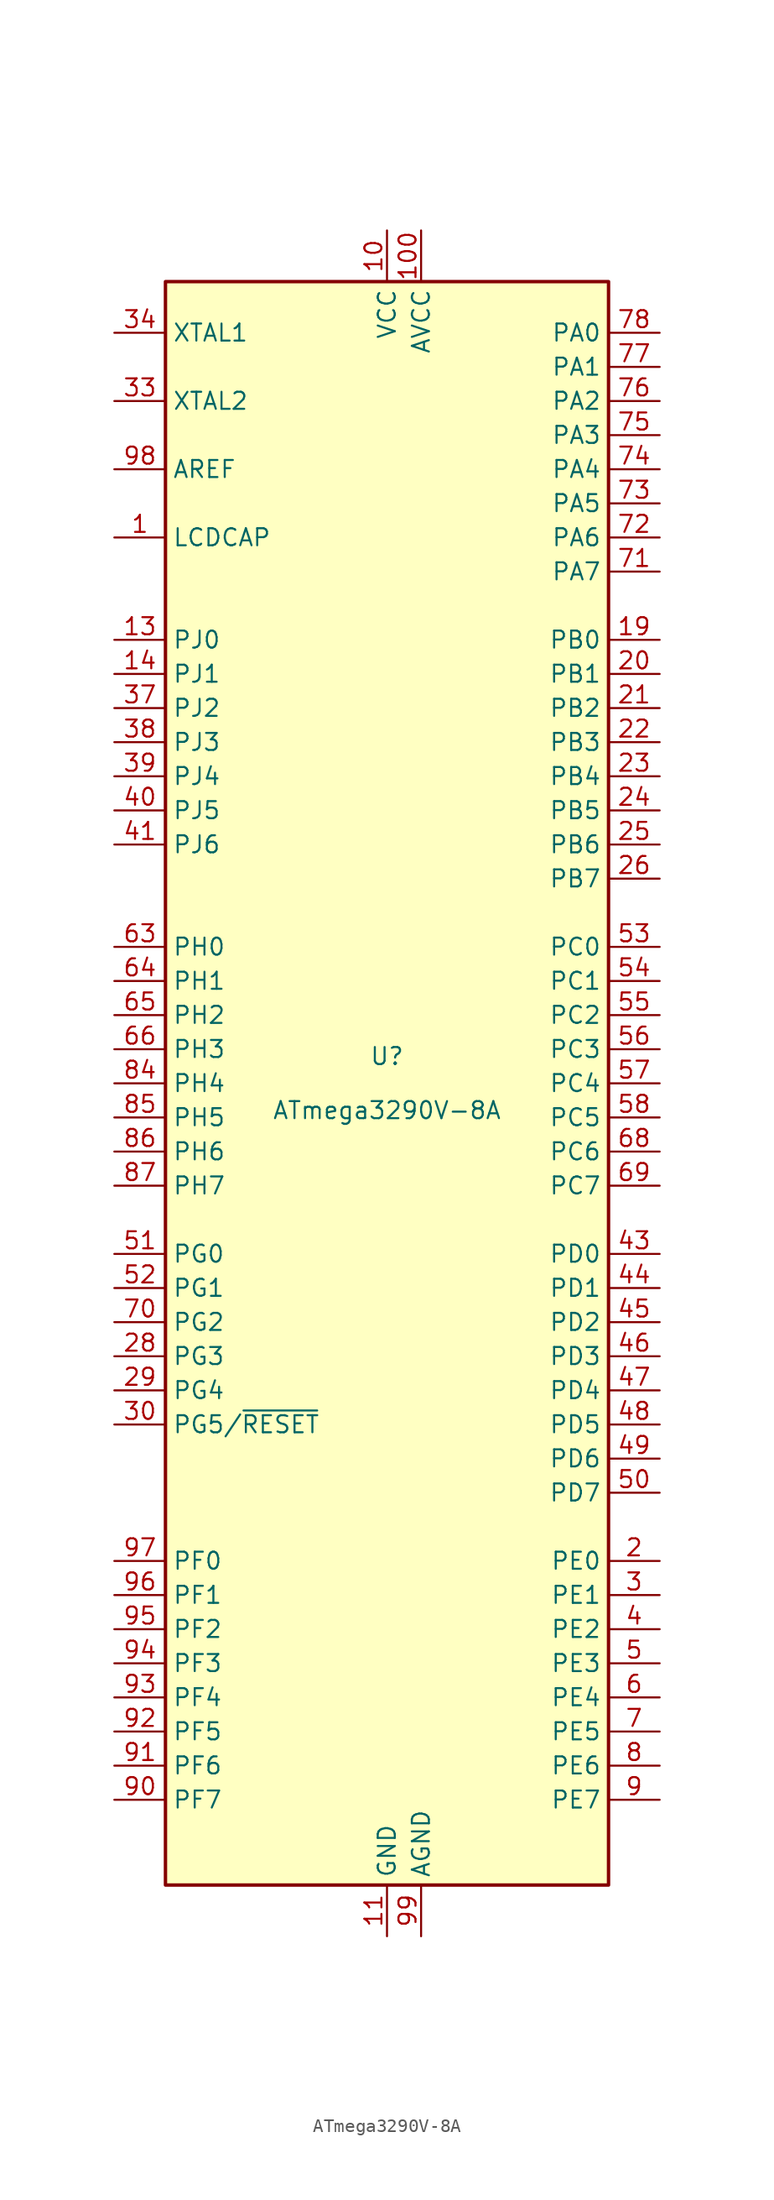
<source format=kicad_sym>
(kicad_symbol_lib
  (version 20200908)
  (generator kicad_symbol_editor)
  (symbol "MCU_Microchip_ATmega:ATmega3290V-8A"
    (property "Reference" "U"
      (at 0 1.27 0)
      (effects (font (size 1.27 1.27)) (justify bottom)))
    (property "Value" "ATmega3290V-8A"
      (at 0 -1.27 0)
      (effects (font (size 1.27 1.27)) (justify top)))
    (symbol "ATmega3290V-8A_0_1"
      (rectangle (start -16.51 -59.69) (end 16.51 59.69) (stroke (width 0.254)) (fill (type background))))
    (symbol "ATmega3290V-8A_1_1"
      (pin passive line (at -20.32 40.64 0) (length 3.81) (name "LCDCAP" (effects (font (size 1.27 1.27)))) (number "1" (effects (font (size 1.27 1.27)))))
      (pin power_in line (at 0 63.5 270) (length 3.81) (name "VCC" (effects (font (size 1.27 1.27)))) (number "10" (effects (font (size 1.27 1.27)))))
      (pin power_in line (at 2.54 63.5 270) (length 3.81) (name "AVCC" (effects (font (size 1.27 1.27)))) (number "100" (effects (font (size 1.27 1.27)))))
      (pin power_in line (at 0 -63.5 90) (length 3.81) (name "GND" (effects (font (size 1.27 1.27)))) (number "11" (effects (font (size 1.27 1.27)))))
      (pin unconnected line (at -15.24 38.1 0) (length 2.54) hide (name "NC" (effects (font (size 1.27 1.27)))) (number "12" (effects (font (size 1.27 1.27)))))
      (pin bidirectional line (at -20.32 33.02 0) (length 3.81) (name "PJ0" (effects (font (size 1.27 1.27)))) (number "13" (effects (font (size 1.27 1.27)))))
      (pin bidirectional line (at -20.32 30.48 0) (length 3.81) (name "PJ1" (effects (font (size 1.27 1.27)))) (number "14" (effects (font (size 1.27 1.27)))))
      (pin unconnected line (at -15.24 35.56 0) (length 2.54) hide (name "NC" (effects (font (size 1.27 1.27)))) (number "15" (effects (font (size 1.27 1.27)))))
      (pin unconnected line (at -15.24 15.24 0) (length 2.54) hide (name "NC" (effects (font (size 1.27 1.27)))) (number "16" (effects (font (size 1.27 1.27)))))
      (pin unconnected line (at -15.24 12.7 0) (length 2.54) hide (name "NC" (effects (font (size 1.27 1.27)))) (number "17" (effects (font (size 1.27 1.27)))))
      (pin unconnected line (at -15.24 -10.16 0) (length 2.54) hide (name "NC" (effects (font (size 1.27 1.27)))) (number "18" (effects (font (size 1.27 1.27)))))
      (pin bidirectional line (at 20.32 33.02 180) (length 3.81) (name "PB0" (effects (font (size 1.27 1.27)))) (number "19" (effects (font (size 1.27 1.27)))))
      (pin bidirectional line (at 20.32 -35.56 180) (length 3.81) (name "PE0" (effects (font (size 1.27 1.27)))) (number "2" (effects (font (size 1.27 1.27)))))
      (pin bidirectional line (at 20.32 30.48 180) (length 3.81) (name "PB1" (effects (font (size 1.27 1.27)))) (number "20" (effects (font (size 1.27 1.27)))))
      (pin bidirectional line (at 20.32 27.94 180) (length 3.81) (name "PB2" (effects (font (size 1.27 1.27)))) (number "21" (effects (font (size 1.27 1.27)))))
      (pin bidirectional line (at 20.32 25.4 180) (length 3.81) (name "PB3" (effects (font (size 1.27 1.27)))) (number "22" (effects (font (size 1.27 1.27)))))
      (pin bidirectional line (at 20.32 22.86 180) (length 3.81) (name "PB4" (effects (font (size 1.27 1.27)))) (number "23" (effects (font (size 1.27 1.27)))))
      (pin bidirectional line (at 20.32 20.32 180) (length 3.81) (name "PB5" (effects (font (size 1.27 1.27)))) (number "24" (effects (font (size 1.27 1.27)))))
      (pin bidirectional line (at 20.32 17.78 180) (length 3.81) (name "PB6" (effects (font (size 1.27 1.27)))) (number "25" (effects (font (size 1.27 1.27)))))
      (pin bidirectional line (at 20.32 15.24 180) (length 3.81) (name "PB7" (effects (font (size 1.27 1.27)))) (number "26" (effects (font (size 1.27 1.27)))))
      (pin unconnected line (at -15.24 -27.94 0) (length 2.54) hide (name "NC" (effects (font (size 1.27 1.27)))) (number "27" (effects (font (size 1.27 1.27)))))
      (pin bidirectional line (at -20.32 -20.32 0) (length 3.81) (name "PG3" (effects (font (size 1.27 1.27)))) (number "28" (effects (font (size 1.27 1.27)))))
      (pin bidirectional line (at -20.32 -22.86 0) (length 3.81) (name "PG4" (effects (font (size 1.27 1.27)))) (number "29" (effects (font (size 1.27 1.27)))))
      (pin bidirectional line (at 20.32 -38.1 180) (length 3.81) (name "PE1" (effects (font (size 1.27 1.27)))) (number "3" (effects (font (size 1.27 1.27)))))
      (pin bidirectional line (at -20.32 -25.4 0) (length 3.81) (name "PG5/~RESET" (effects (font (size 1.27 1.27)))) (number "30" (effects (font (size 1.27 1.27)))))
      (pin passive line (at 0 63.5 270) (length 3.81) hide (name "VCC" (effects (font (size 1.27 1.27)))) (number "31" (effects (font (size 1.27 1.27)))))
      (pin passive line (at 0 -63.5 90) (length 3.81) hide (name "GND" (effects (font (size 1.27 1.27)))) (number "32" (effects (font (size 1.27 1.27)))))
      (pin output line (at -20.32 50.8 0) (length 3.81) (name "XTAL2" (effects (font (size 1.27 1.27)))) (number "33" (effects (font (size 1.27 1.27)))))
      (pin input line (at -20.32 55.88 0) (length 3.81) (name "XTAL1" (effects (font (size 1.27 1.27)))) (number "34" (effects (font (size 1.27 1.27)))))
      (pin unconnected line (at -15.24 -30.48 0) (length 2.54) hide (name "NC" (effects (font (size 1.27 1.27)))) (number "35" (effects (font (size 1.27 1.27)))))
      (pin unconnected line (at -15.24 -33.02 0) (length 2.54) hide (name "NC" (effects (font (size 1.27 1.27)))) (number "36" (effects (font (size 1.27 1.27)))))
      (pin bidirectional line (at -20.32 27.94 0) (length 3.81) (name "PJ2" (effects (font (size 1.27 1.27)))) (number "37" (effects (font (size 1.27 1.27)))))
      (pin bidirectional line (at -20.32 25.4 0) (length 3.81) (name "PJ3" (effects (font (size 1.27 1.27)))) (number "38" (effects (font (size 1.27 1.27)))))
      (pin bidirectional line (at -20.32 22.86 0) (length 3.81) (name "PJ4" (effects (font (size 1.27 1.27)))) (number "39" (effects (font (size 1.27 1.27)))))
      (pin bidirectional line (at 20.32 -40.64 180) (length 3.81) (name "PE2" (effects (font (size 1.27 1.27)))) (number "4" (effects (font (size 1.27 1.27)))))
      (pin bidirectional line (at -20.32 20.32 0) (length 3.81) (name "PJ5" (effects (font (size 1.27 1.27)))) (number "40" (effects (font (size 1.27 1.27)))))
      (pin bidirectional line (at -20.32 17.78 0) (length 3.81) (name "PJ6" (effects (font (size 1.27 1.27)))) (number "41" (effects (font (size 1.27 1.27)))))
      (pin unconnected line (at -15.24 -58.42 90) (length 2.54) hide (name "NC" (effects (font (size 1.27 1.27)))) (number "42" (effects (font (size 1.27 1.27)))))
      (pin bidirectional line (at 20.32 -12.7 180) (length 3.81) (name "PD0" (effects (font (size 1.27 1.27)))) (number "43" (effects (font (size 1.27 1.27)))))
      (pin bidirectional line (at 20.32 -15.24 180) (length 3.81) (name "PD1" (effects (font (size 1.27 1.27)))) (number "44" (effects (font (size 1.27 1.27)))))
      (pin bidirectional line (at 20.32 -17.78 180) (length 3.81) (name "PD2" (effects (font (size 1.27 1.27)))) (number "45" (effects (font (size 1.27 1.27)))))
      (pin bidirectional line (at 20.32 -20.32 180) (length 3.81) (name "PD3" (effects (font (size 1.27 1.27)))) (number "46" (effects (font (size 1.27 1.27)))))
      (pin bidirectional line (at 20.32 -22.86 180) (length 3.81) (name "PD4" (effects (font (size 1.27 1.27)))) (number "47" (effects (font (size 1.27 1.27)))))
      (pin bidirectional line (at 20.32 -25.4 180) (length 3.81) (name "PD5" (effects (font (size 1.27 1.27)))) (number "48" (effects (font (size 1.27 1.27)))))
      (pin bidirectional line (at 20.32 -27.94 180) (length 3.81) (name "PD6" (effects (font (size 1.27 1.27)))) (number "49" (effects (font (size 1.27 1.27)))))
      (pin bidirectional line (at 20.32 -43.18 180) (length 3.81) (name "PE3" (effects (font (size 1.27 1.27)))) (number "5" (effects (font (size 1.27 1.27)))))
      (pin bidirectional line (at 20.32 -30.48 180) (length 3.81) (name "PD7" (effects (font (size 1.27 1.27)))) (number "50" (effects (font (size 1.27 1.27)))))
      (pin bidirectional line (at -20.32 -12.7 0) (length 3.81) (name "PG0" (effects (font (size 1.27 1.27)))) (number "51" (effects (font (size 1.27 1.27)))))
      (pin bidirectional line (at -20.32 -15.24 0) (length 3.81) (name "PG1" (effects (font (size 1.27 1.27)))) (number "52" (effects (font (size 1.27 1.27)))))
      (pin bidirectional line (at 20.32 10.16 180) (length 3.81) (name "PC0" (effects (font (size 1.27 1.27)))) (number "53" (effects (font (size 1.27 1.27)))))
      (pin bidirectional line (at 20.32 7.62 180) (length 3.81) (name "PC1" (effects (font (size 1.27 1.27)))) (number "54" (effects (font (size 1.27 1.27)))))
      (pin bidirectional line (at 20.32 5.08 180) (length 3.81) (name "PC2" (effects (font (size 1.27 1.27)))) (number "55" (effects (font (size 1.27 1.27)))))
      (pin bidirectional line (at 20.32 2.54 180) (length 3.81) (name "PC3" (effects (font (size 1.27 1.27)))) (number "56" (effects (font (size 1.27 1.27)))))
      (pin bidirectional line (at 20.32 0 180) (length 3.81) (name "PC4" (effects (font (size 1.27 1.27)))) (number "57" (effects (font (size 1.27 1.27)))))
      (pin bidirectional line (at 20.32 -2.54 180) (length 3.81) (name "PC5" (effects (font (size 1.27 1.27)))) (number "58" (effects (font (size 1.27 1.27)))))
      (pin unconnected line (at -12.7 -58.42 90) (length 2.54) hide (name "NC" (effects (font (size 1.27 1.27)))) (number "59" (effects (font (size 1.27 1.27)))))
      (pin bidirectional line (at 20.32 -45.72 180) (length 3.81) (name "PE4" (effects (font (size 1.27 1.27)))) (number "6" (effects (font (size 1.27 1.27)))))
      (pin unconnected line (at -10.16 -58.42 90) (length 2.54) hide (name "NC" (effects (font (size 1.27 1.27)))) (number "60" (effects (font (size 1.27 1.27)))))
      (pin unconnected line (at -7.62 -58.42 90) (length 2.54) hide (name "NC" (effects (font (size 1.27 1.27)))) (number "61" (effects (font (size 1.27 1.27)))))
      (pin unconnected line (at -5.08 -58.42 90) (length 2.54) hide (name "NC" (effects (font (size 1.27 1.27)))) (number "62" (effects (font (size 1.27 1.27)))))
      (pin bidirectional line (at -20.32 10.16 0) (length 3.81) (name "PH0" (effects (font (size 1.27 1.27)))) (number "63" (effects (font (size 1.27 1.27)))))
      (pin bidirectional line (at -20.32 7.62 0) (length 3.81) (name "PH1" (effects (font (size 1.27 1.27)))) (number "64" (effects (font (size 1.27 1.27)))))
      (pin bidirectional line (at -20.32 5.08 0) (length 3.81) (name "PH2" (effects (font (size 1.27 1.27)))) (number "65" (effects (font (size 1.27 1.27)))))
      (pin bidirectional line (at -20.32 2.54 0) (length 3.81) (name "PH3" (effects (font (size 1.27 1.27)))) (number "66" (effects (font (size 1.27 1.27)))))
      (pin unconnected line (at -2.54 -58.42 90) (length 2.54) hide (name "NC" (effects (font (size 1.27 1.27)))) (number "67" (effects (font (size 1.27 1.27)))))
      (pin bidirectional line (at 20.32 -5.08 180) (length 3.81) (name "PC6" (effects (font (size 1.27 1.27)))) (number "68" (effects (font (size 1.27 1.27)))))
      (pin bidirectional line (at 20.32 -7.62 180) (length 3.81) (name "PC7" (effects (font (size 1.27 1.27)))) (number "69" (effects (font (size 1.27 1.27)))))
      (pin bidirectional line (at 20.32 -48.26 180) (length 3.81) (name "PE5" (effects (font (size 1.27 1.27)))) (number "7" (effects (font (size 1.27 1.27)))))
      (pin bidirectional line (at -20.32 -17.78 0) (length 3.81) (name "PG2" (effects (font (size 1.27 1.27)))) (number "70" (effects (font (size 1.27 1.27)))))
      (pin bidirectional line (at 20.32 38.1 180) (length 3.81) (name "PA7" (effects (font (size 1.27 1.27)))) (number "71" (effects (font (size 1.27 1.27)))))
      (pin bidirectional line (at 20.32 40.64 180) (length 3.81) (name "PA6" (effects (font (size 1.27 1.27)))) (number "72" (effects (font (size 1.27 1.27)))))
      (pin bidirectional line (at 20.32 43.18 180) (length 3.81) (name "PA5" (effects (font (size 1.27 1.27)))) (number "73" (effects (font (size 1.27 1.27)))))
      (pin bidirectional line (at 20.32 45.72 180) (length 3.81) (name "PA4" (effects (font (size 1.27 1.27)))) (number "74" (effects (font (size 1.27 1.27)))))
      (pin bidirectional line (at 20.32 48.26 180) (length 3.81) (name "PA3" (effects (font (size 1.27 1.27)))) (number "75" (effects (font (size 1.27 1.27)))))
      (pin bidirectional line (at 20.32 50.8 180) (length 3.81) (name "PA2" (effects (font (size 1.27 1.27)))) (number "76" (effects (font (size 1.27 1.27)))))
      (pin bidirectional line (at 20.32 53.34 180) (length 3.81) (name "PA1" (effects (font (size 1.27 1.27)))) (number "77" (effects (font (size 1.27 1.27)))))
      (pin bidirectional line (at 20.32 55.88 180) (length 3.81) (name "PA0" (effects (font (size 1.27 1.27)))) (number "78" (effects (font (size 1.27 1.27)))))
      (pin unconnected line (at 5.08 -58.42 90) (length 2.54) hide (name "NC" (effects (font (size 1.27 1.27)))) (number "79" (effects (font (size 1.27 1.27)))))
      (pin bidirectional line (at 20.32 -50.8 180) (length 3.81) (name "PE6" (effects (font (size 1.27 1.27)))) (number "8" (effects (font (size 1.27 1.27)))))
      (pin passive line (at 0 63.5 270) (length 3.81) hide (name "VCC" (effects (font (size 1.27 1.27)))) (number "80" (effects (font (size 1.27 1.27)))))
      (pin passive line (at 0 -63.5 90) (length 3.81) hide (name "GND" (effects (font (size 1.27 1.27)))) (number "81" (effects (font (size 1.27 1.27)))))
      (pin unconnected line (at 7.62 -58.42 90) (length 2.54) hide (name "NC" (effects (font (size 1.27 1.27)))) (number "82" (effects (font (size 1.27 1.27)))))
      (pin unconnected line (at 10.16 -58.42 90) (length 2.54) hide (name "NC" (effects (font (size 1.27 1.27)))) (number "83" (effects (font (size 1.27 1.27)))))
      (pin bidirectional line (at -20.32 0 0) (length 3.81) (name "PH4" (effects (font (size 1.27 1.27)))) (number "84" (effects (font (size 1.27 1.27)))))
      (pin bidirectional line (at -20.32 -2.54 0) (length 3.81) (name "PH5" (effects (font (size 1.27 1.27)))) (number "85" (effects (font (size 1.27 1.27)))))
      (pin bidirectional line (at -20.32 -5.08 0) (length 3.81) (name "PH6" (effects (font (size 1.27 1.27)))) (number "86" (effects (font (size 1.27 1.27)))))
      (pin bidirectional line (at -20.32 -7.62 0) (length 3.81) (name "PH7" (effects (font (size 1.27 1.27)))) (number "87" (effects (font (size 1.27 1.27)))))
      (pin unconnected line (at 12.7 -58.42 90) (length 2.54) hide (name "NC" (effects (font (size 1.27 1.27)))) (number "88" (effects (font (size 1.27 1.27)))))
      (pin unconnected line (at 15.24 -58.42 90) (length 2.54) hide (name "NC" (effects (font (size 1.27 1.27)))) (number "89" (effects (font (size 1.27 1.27)))))
      (pin bidirectional line (at 20.32 -53.34 180) (length 3.81) (name "PE7" (effects (font (size 1.27 1.27)))) (number "9" (effects (font (size 1.27 1.27)))))
      (pin bidirectional line (at -20.32 -53.34 0) (length 3.81) (name "PF7" (effects (font (size 1.27 1.27)))) (number "90" (effects (font (size 1.27 1.27)))))
      (pin bidirectional line (at -20.32 -50.8 0) (length 3.81) (name "PF6" (effects (font (size 1.27 1.27)))) (number "91" (effects (font (size 1.27 1.27)))))
      (pin bidirectional line (at -20.32 -48.26 0) (length 3.81) (name "PF5" (effects (font (size 1.27 1.27)))) (number "92" (effects (font (size 1.27 1.27)))))
      (pin bidirectional line (at -20.32 -45.72 0) (length 3.81) (name "PF4" (effects (font (size 1.27 1.27)))) (number "93" (effects (font (size 1.27 1.27)))))
      (pin bidirectional line (at -20.32 -43.18 0) (length 3.81) (name "PF3" (effects (font (size 1.27 1.27)))) (number "94" (effects (font (size 1.27 1.27)))))
      (pin bidirectional line (at -20.32 -40.64 0) (length 3.81) (name "PF2" (effects (font (size 1.27 1.27)))) (number "95" (effects (font (size 1.27 1.27)))))
      (pin bidirectional line (at -20.32 -38.1 0) (length 3.81) (name "PF1" (effects (font (size 1.27 1.27)))) (number "96" (effects (font (size 1.27 1.27)))))
      (pin bidirectional line (at -20.32 -35.56 0) (length 3.81) (name "PF0" (effects (font (size 1.27 1.27)))) (number "97" (effects (font (size 1.27 1.27)))))
      (pin passive line (at -20.32 45.72 0) (length 3.81) (name "AREF" (effects (font (size 1.27 1.27)))) (number "98" (effects (font (size 1.27 1.27)))))
      (pin power_in line (at 2.54 -63.5 90) (length 3.81) (name "AGND" (effects (font (size 1.27 1.27)))) (number "99" (effects (font (size 1.27 1.27))))))))
</source>
